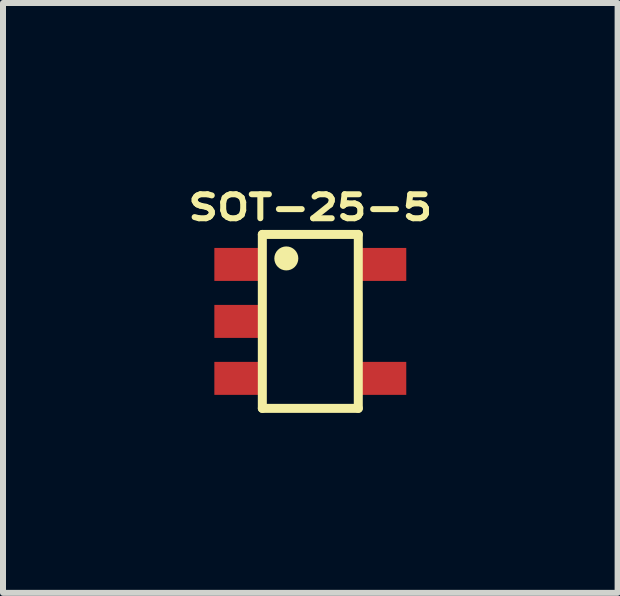
<source format=kicad_pcb>
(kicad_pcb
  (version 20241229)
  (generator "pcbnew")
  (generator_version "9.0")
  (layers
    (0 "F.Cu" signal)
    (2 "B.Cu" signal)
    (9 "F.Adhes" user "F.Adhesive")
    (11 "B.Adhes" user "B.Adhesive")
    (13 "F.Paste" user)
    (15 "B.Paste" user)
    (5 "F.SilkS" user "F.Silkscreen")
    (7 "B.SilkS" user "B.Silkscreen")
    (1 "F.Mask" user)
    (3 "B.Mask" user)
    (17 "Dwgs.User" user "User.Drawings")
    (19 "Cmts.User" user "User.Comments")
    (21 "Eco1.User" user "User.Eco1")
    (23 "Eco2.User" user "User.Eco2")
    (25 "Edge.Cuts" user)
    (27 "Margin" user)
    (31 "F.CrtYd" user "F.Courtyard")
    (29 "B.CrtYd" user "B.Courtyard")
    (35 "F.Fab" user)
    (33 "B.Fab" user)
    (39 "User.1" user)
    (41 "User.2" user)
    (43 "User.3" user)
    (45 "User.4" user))
  (footprint "SOT-25-5"
    (layer "F.Cu")
    (at 2.124 2.309)
    (property "Reference" "SOT-25-5" (at 0 -1.9 0) (layer "F.SilkS") (effects (font (size 0.4 0.5) (thickness 0.1))))
    (attr smd)
    (fp_line (start -0.8 -1.45) (end 0.8 -1.45) (stroke (width 0.15) (type solid)) (layer "F.SilkS"))
    (fp_line (start -0.8 1.45) (end -0.8 -1.45) (stroke (width 0.15) (type solid)) (layer "F.SilkS"))
    (fp_line (start 0.8 -1.45) (end 0.8 1.45) (stroke (width 0.15) (type solid)) (layer "F.SilkS"))
    (fp_line (start 0.8 1.45) (end -0.8 1.45) (stroke (width 0.15) (type solid)) (layer "F.SilkS"))
    (fp_circle (center -0.4 -1.05) (end -0.4 -0.95) (stroke (width 0.2) (type solid)) (fill no) (layer "F.SilkS"))
    (pad "1" smd rect (at -1.2 -0.95 270) (size 0.55 0.8) (layers "F.Cu" "F.Mask" "F.Paste"))
    (pad "2" smd rect (at -1.2 0 270) (size 0.55 0.8) (layers "F.Cu" "F.Mask" "F.Paste"))
    (pad "3" smd rect (at -1.2 0.95 270) (size 0.55 0.8) (layers "F.Cu" "F.Mask" "F.Paste"))
    (pad "4" smd rect (at 1.2 0.95 270) (size 0.55 0.8) (layers "F.Cu" "F.Mask" "F.Paste"))
    (pad "5" smd rect (at 1.2 -0.95 270) (size 0.55 0.8) (layers "F.Cu" "F.Mask" "F.Paste")))
  (gr_rect
    (start -3 -3)
    (end 7.248 6.835)
    (stroke (width 0.1) (type default))
    (fill no)
    (layer "Edge.Cuts")))
</source>
